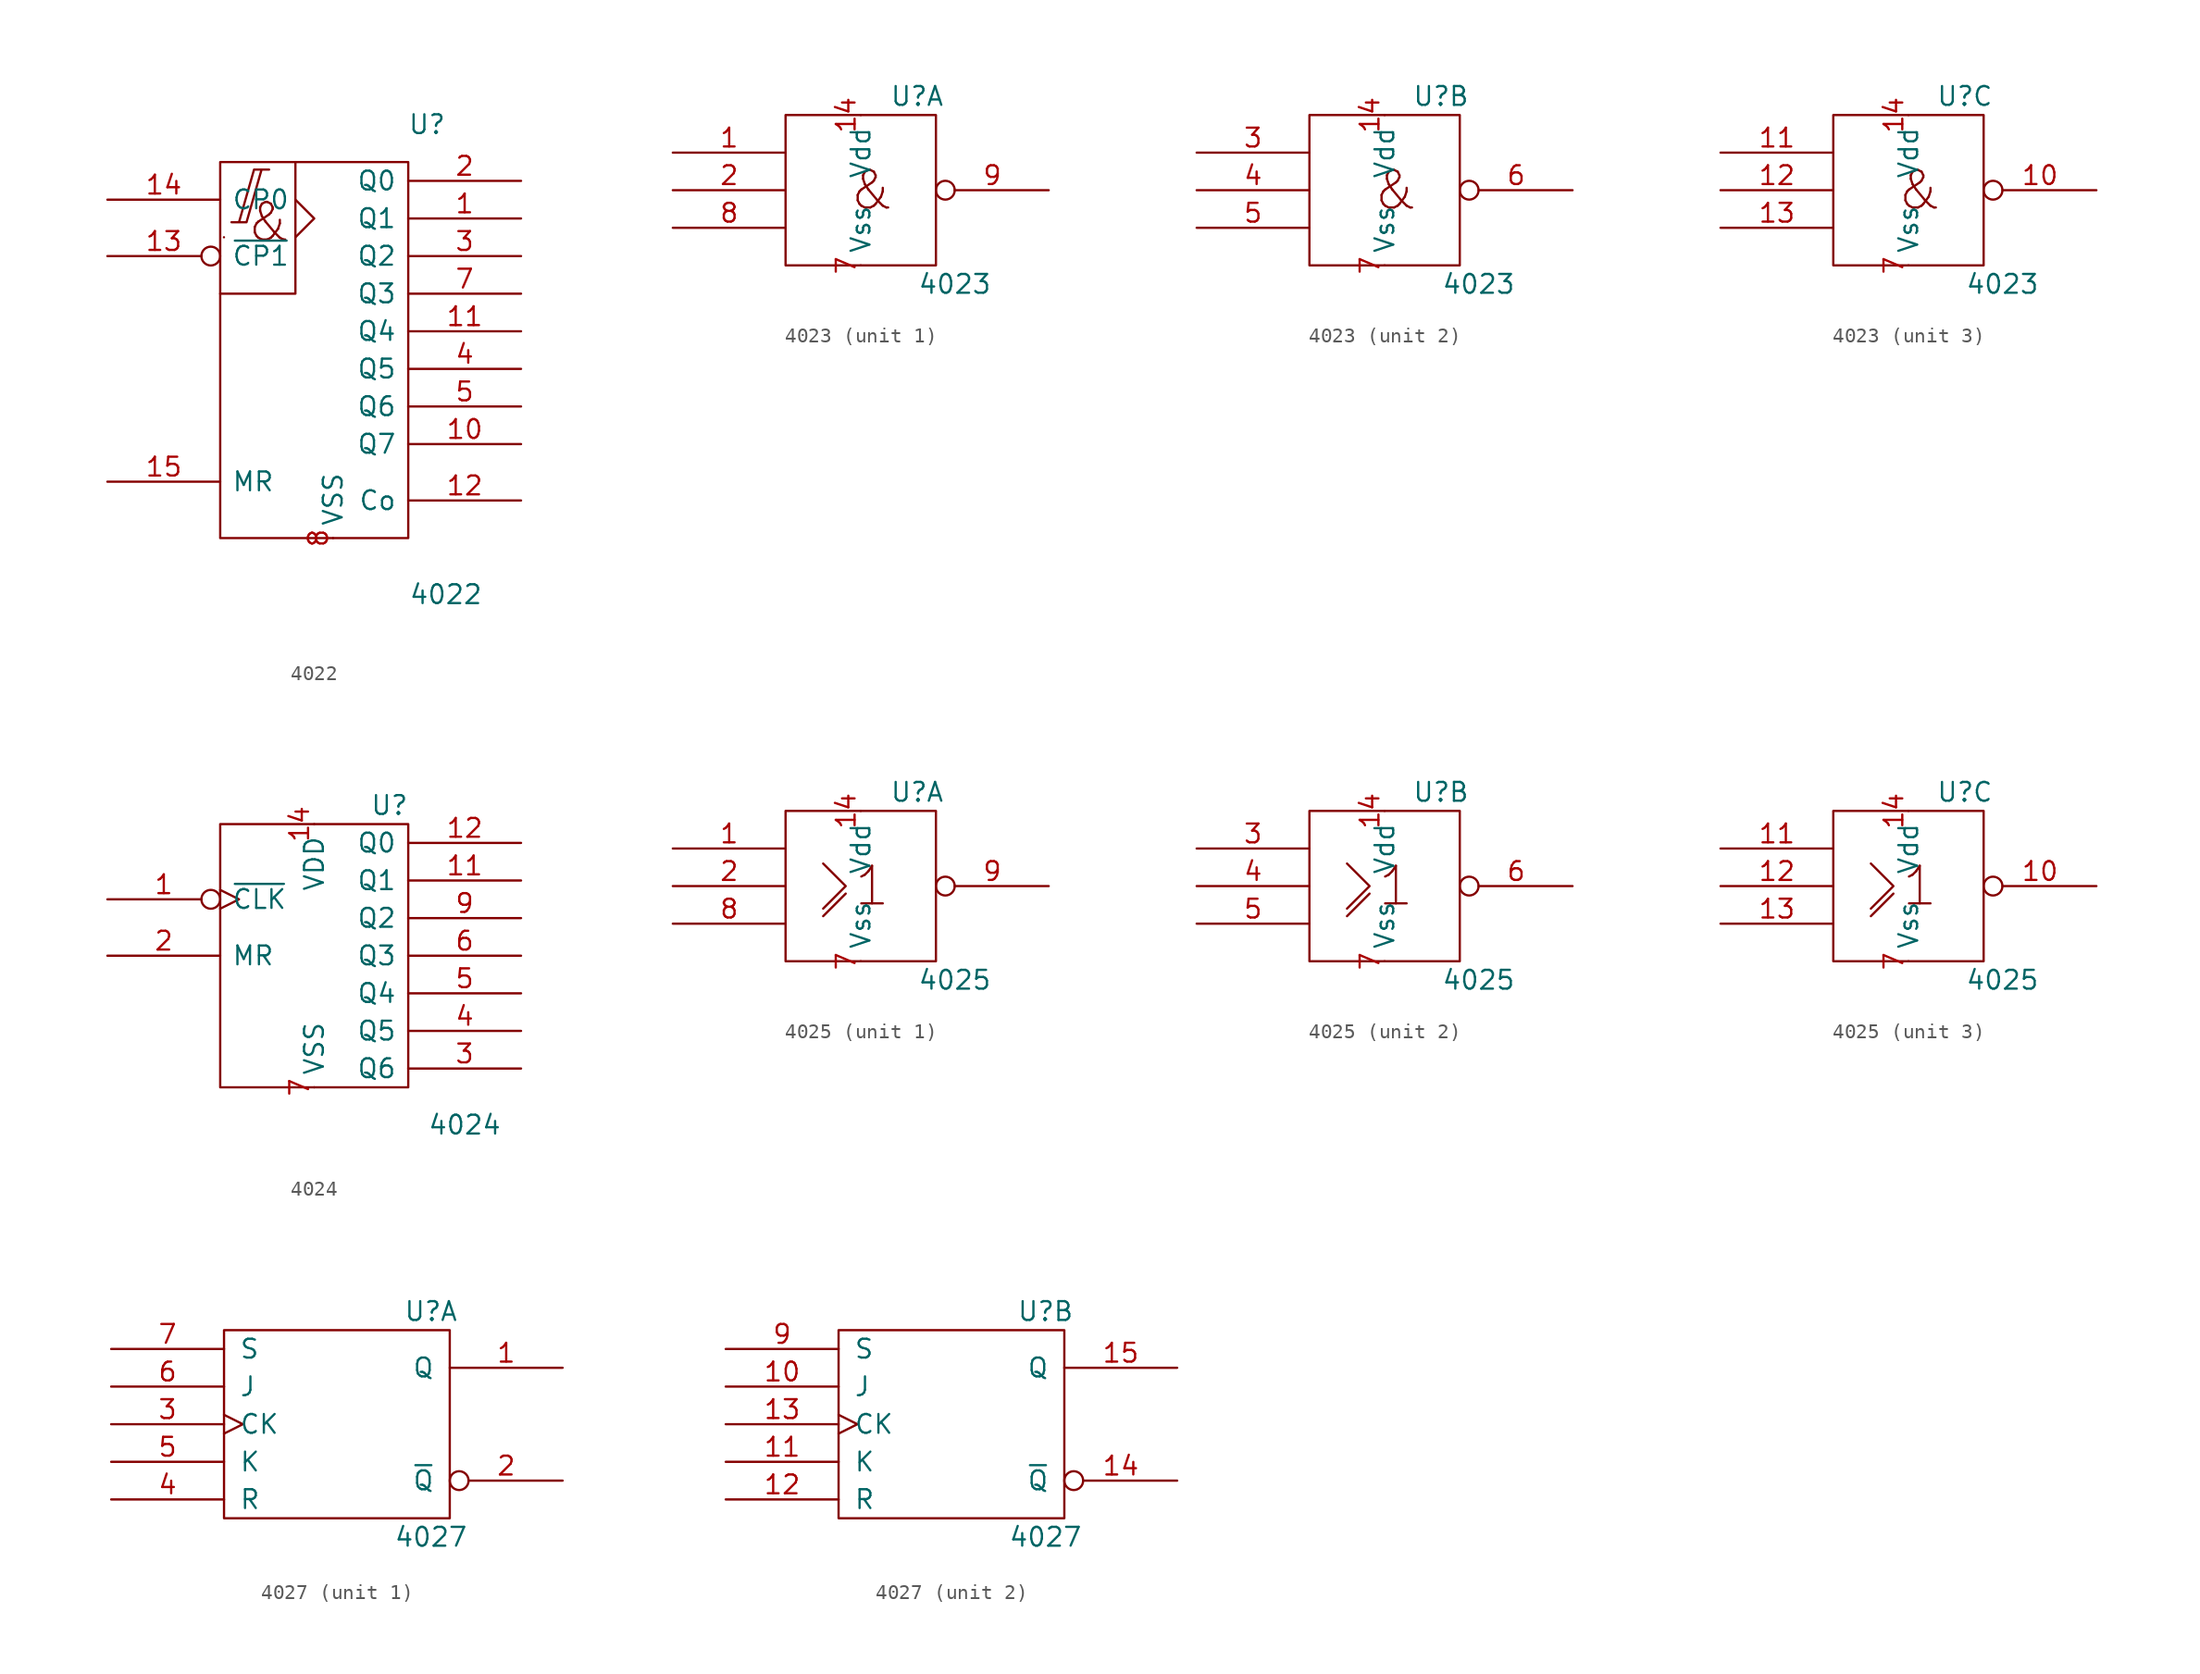
<source format=kicad_sym>
(kicad_symbol_lib
  (version 20201005)
  (generator kicad_symbol_editor)
  (symbol "4xxx_IEEE:4022"
    (pin_names
      (offset 0.762))
    (property "Reference" "U"
      (at 7.62 15.24 0)
      (effects (font (size 1.27 1.27))))
    (property "Value" "4022"
      (at 8.89 -16.51 0)
      (effects (font (size 1.27 1.27))))
    (symbol "4022_0_0"
      (text "&" (at -3.048 8.636 0) (effects (font (size 2.54 2.54))))
      (polyline (pts (xy -6.096 7.62) (xy -6.096 7.62) (xy -6.096 7.62) (xy -6.096 7.62)) (stroke (width 0)) (fill (type none)))
      (polyline (pts (xy -1.27 10.16) (xy 0 8.89) (xy -1.27 7.62) (xy -1.27 7.62)) (stroke (width 0)) (fill (type none)))
      (polyline (pts (xy -1.27 12.7) (xy -1.27 3.81) (xy -6.35 3.81) (xy -6.35 3.81)) (stroke (width 0)) (fill (type none)))
      (polyline (pts (xy -5.588 8.636) (xy -4.572 8.636) (xy -3.556 12.192) (xy -3.048 12.192) (xy -4.064 12.192) (xy -5.08 8.636) (xy -5.08 8.636)) (stroke (width 0)) (fill (type none)))
      (pin power_in line (at 1.27 12.7 270) (length 0) hide (name "VDD" (effects (font (size 1.27 1.27)))) (number "16" (effects (font (size 1.27 1.27)))))
      (pin power_in line (at 1.27 -12.7 90) (length 0) (name "VSS" (effects (font (size 1.27 1.27)))) (number "8" (effects (font (size 1.27 1.27))))))
    (symbol "4022_0_1"
      (rectangle (start -6.35 12.7) (end 6.35 -12.7) (stroke (width 0)) (fill (type none))))
    (symbol "4022_1_1"
      (pin output line (at 13.97 8.89 180) (length 7.62) (name "Q1" (effects (font (size 1.27 1.27)))) (number "1" (effects (font (size 1.27 1.27)))))
      (pin output line (at 13.97 -6.35 180) (length 7.62) (name "Q7" (effects (font (size 1.27 1.27)))) (number "10" (effects (font (size 1.27 1.27)))))
      (pin output line (at 13.97 1.27 180) (length 7.62) (name "Q4" (effects (font (size 1.27 1.27)))) (number "11" (effects (font (size 1.27 1.27)))))
      (pin output line (at 13.97 -10.16 180) (length 7.62) (name "Co" (effects (font (size 1.27 1.27)))) (number "12" (effects (font (size 1.27 1.27)))))
      (pin input inverted (at -13.97 6.35 0) (length 7.62) (name "~CP1" (effects (font (size 1.27 1.27)))) (number "13" (effects (font (size 1.27 1.27)))))
      (pin output line (at -13.97 10.16 0) (length 7.62) (name "CP0" (effects (font (size 1.27 1.27)))) (number "14" (effects (font (size 1.27 1.27)))))
      (pin input line (at -13.97 -8.89 0) (length 7.62) (name "MR" (effects (font (size 1.27 1.27)))) (number "15" (effects (font (size 1.27 1.27)))))
      (pin output line (at 13.97 11.43 180) (length 7.62) (name "Q0" (effects (font (size 1.27 1.27)))) (number "2" (effects (font (size 1.27 1.27)))))
      (pin output line (at 13.97 6.35 180) (length 7.62) (name "Q2" (effects (font (size 1.27 1.27)))) (number "3" (effects (font (size 1.27 1.27)))))
      (pin output line (at 13.97 -1.27 180) (length 7.62) (name "Q5" (effects (font (size 1.27 1.27)))) (number "4" (effects (font (size 1.27 1.27)))))
      (pin output line (at 13.97 -3.81 180) (length 7.62) (name "Q6" (effects (font (size 1.27 1.27)))) (number "5" (effects (font (size 1.27 1.27)))))
      (pin output line (at 13.97 3.81 180) (length 7.62) (name "Q3" (effects (font (size 1.27 1.27)))) (number "7" (effects (font (size 1.27 1.27)))))))
  (symbol "4xxx_IEEE:4023"
    (pin_names
      (offset 0.762))
    (property "Reference" "U"
      (at 3.81 6.35 0)
      (effects (font (size 1.27 1.27))))
    (property "Value" "4023"
      (at 6.35 -6.35 0)
      (effects (font (size 1.27 1.27))))
    (symbol "4023_0_0"
      (text "&" (at 0.762 0 0) (effects (font (size 2.54 2.54))))
      (rectangle (start -5.08 5.08) (end 5.08 -5.08) (stroke (width 0)) (fill (type none))))
    (symbol "4023_0_1"
      (pin power_in line (at 0 5.08 270) (length 0) (name "Vdd" (effects (font (size 1.27 1.27)))) (number "14" (effects (font (size 1.27 1.27)))))
      (pin power_in line (at 0 -5.08 90) (length 0) (name "Vss" (effects (font (size 1.27 1.27)))) (number "7" (effects (font (size 1.27 1.27))))))
    (symbol "4023_1_1"
      (pin input line (at -12.7 2.54 0) (length 7.62) (name "~" (effects (font (size 1.27 1.27)))) (number "1" (effects (font (size 1.27 1.27)))))
      (pin input line (at -12.7 0 0) (length 7.62) (name "~" (effects (font (size 1.27 1.27)))) (number "2" (effects (font (size 1.27 1.27)))))
      (pin input line (at -12.7 -2.54 0) (length 7.62) (name "~" (effects (font (size 1.27 1.27)))) (number "8" (effects (font (size 1.27 1.27)))))
      (pin output inverted (at 12.7 0 180) (length 7.62) (name "~" (effects (font (size 1.27 1.27)))) (number "9" (effects (font (size 1.27 1.27))))))
    (symbol "4023_2_1"
      (pin input line (at -12.7 2.54 0) (length 7.62) (name "~" (effects (font (size 1.27 1.27)))) (number "3" (effects (font (size 1.27 1.27)))))
      (pin input line (at -12.7 0 0) (length 7.62) (name "~" (effects (font (size 1.27 1.27)))) (number "4" (effects (font (size 1.27 1.27)))))
      (pin input line (at -12.7 -2.54 0) (length 7.62) (name "~" (effects (font (size 1.27 1.27)))) (number "5" (effects (font (size 1.27 1.27)))))
      (pin output inverted (at 12.7 0 180) (length 7.62) (name "~" (effects (font (size 1.27 1.27)))) (number "6" (effects (font (size 1.27 1.27))))))
    (symbol "4023_3_1"
      (pin output inverted (at 12.7 0 180) (length 7.62) (name "~" (effects (font (size 1.27 1.27)))) (number "10" (effects (font (size 1.27 1.27)))))
      (pin input line (at -12.7 2.54 0) (length 7.62) (name "~" (effects (font (size 1.27 1.27)))) (number "11" (effects (font (size 1.27 1.27)))))
      (pin input line (at -12.7 0 0) (length 7.62) (name "~" (effects (font (size 1.27 1.27)))) (number "12" (effects (font (size 1.27 1.27)))))
      (pin input line (at -12.7 -2.54 0) (length 7.62) (name "~" (effects (font (size 1.27 1.27)))) (number "13" (effects (font (size 1.27 1.27)))))))
  (symbol "4xxx_IEEE:4024"
    (pin_names
      (offset 0.762))
    (property "Reference" "U"
      (at 5.08 11.43 0)
      (effects (font (size 1.27 1.27))))
    (property "Value" "4024"
      (at 10.16 -10.16 0)
      (effects (font (size 1.27 1.27))))
    (symbol "4024_0_0"
      (rectangle (start -6.35 10.16) (end 6.35 -7.62) (stroke (width 0)) (fill (type none)))
      (pin power_in line (at 0 10.16 270) (length 0) (name "VDD" (effects (font (size 1.27 1.27)))) (number "14" (effects (font (size 1.27 1.27)))))
      (pin power_in line (at 0 -7.62 90) (length 0) (name "VSS" (effects (font (size 1.27 1.27)))) (number "7" (effects (font (size 1.27 1.27))))))
    (symbol "4024_1_1"
      (pin input inverted_clock (at -13.97 5.08 0) (length 7.62) (name "~CLK" (effects (font (size 1.27 1.27)))) (number "1" (effects (font (size 1.27 1.27)))))
      (pin output line (at 13.97 6.35 180) (length 7.62) (name "Q1" (effects (font (size 1.27 1.27)))) (number "11" (effects (font (size 1.27 1.27)))))
      (pin output line (at 13.97 8.89 180) (length 7.62) (name "Q0" (effects (font (size 1.27 1.27)))) (number "12" (effects (font (size 1.27 1.27)))))
      (pin input line (at -13.97 1.27 0) (length 7.62) (name "MR" (effects (font (size 1.27 1.27)))) (number "2" (effects (font (size 1.27 1.27)))))
      (pin output line (at 13.97 -6.35 180) (length 7.62) (name "Q6" (effects (font (size 1.27 1.27)))) (number "3" (effects (font (size 1.27 1.27)))))
      (pin output line (at 13.97 -3.81 180) (length 7.62) (name "Q5" (effects (font (size 1.27 1.27)))) (number "4" (effects (font (size 1.27 1.27)))))
      (pin output line (at 13.97 -1.27 180) (length 7.62) (name "Q4" (effects (font (size 1.27 1.27)))) (number "5" (effects (font (size 1.27 1.27)))))
      (pin output line (at 13.97 1.27 180) (length 7.62) (name "Q3" (effects (font (size 1.27 1.27)))) (number "6" (effects (font (size 1.27 1.27)))))
      (pin output line (at 13.97 3.81 180) (length 7.62) (name "Q2" (effects (font (size 1.27 1.27)))) (number "9" (effects (font (size 1.27 1.27)))))))
  (symbol "4xxx_IEEE:4025"
    (pin_names
      (offset 0.762))
    (property "Reference" "U"
      (at 3.81 6.35 0)
      (effects (font (size 1.27 1.27))))
    (property "Value" "4025"
      (at 6.35 -6.35 0)
      (effects (font (size 1.27 1.27))))
    (symbol "4025_0_0"
      (text "1" (at 0.762 0 0) (effects (font (size 2.54 2.54))))
      (rectangle (start -5.08 5.08) (end 5.08 -5.08) (stroke (width 0)) (fill (type none)))
      (polyline (pts (xy -2.54 -2.032) (xy -1.016 -0.508) (xy -1.016 -0.508)) (stroke (width 0)) (fill (type none)))
      (polyline (pts (xy -2.54 1.524) (xy -1.016 0) (xy -2.54 -1.524) (xy -2.54 -1.524)) (stroke (width 0)) (fill (type none)))
      (pin power_in line (at 0 5.08 270) (length 0) (name "Vdd" (effects (font (size 1.27 1.27)))) (number "14" (effects (font (size 1.27 1.27)))))
      (pin power_in line (at 0 -5.08 90) (length 0) (name "Vss" (effects (font (size 1.27 1.27)))) (number "7" (effects (font (size 1.27 1.27))))))
    (symbol "4025_1_1"
      (pin input line (at -12.7 2.54 0) (length 7.62) (name "~" (effects (font (size 1.27 1.27)))) (number "1" (effects (font (size 1.27 1.27)))))
      (pin input line (at -12.7 0 0) (length 7.62) (name "~" (effects (font (size 1.27 1.27)))) (number "2" (effects (font (size 1.27 1.27)))))
      (pin input line (at -12.7 -2.54 0) (length 7.62) (name "~" (effects (font (size 1.27 1.27)))) (number "8" (effects (font (size 1.27 1.27)))))
      (pin output inverted (at 12.7 0 180) (length 7.62) (name "~" (effects (font (size 1.27 1.27)))) (number "9" (effects (font (size 1.27 1.27))))))
    (symbol "4025_2_1"
      (pin input line (at -12.7 2.54 0) (length 7.62) (name "~" (effects (font (size 1.27 1.27)))) (number "3" (effects (font (size 1.27 1.27)))))
      (pin input line (at -12.7 0 0) (length 7.62) (name "~" (effects (font (size 1.27 1.27)))) (number "4" (effects (font (size 1.27 1.27)))))
      (pin input line (at -12.7 -2.54 0) (length 7.62) (name "~" (effects (font (size 1.27 1.27)))) (number "5" (effects (font (size 1.27 1.27)))))
      (pin output inverted (at 12.7 0 180) (length 7.62) (name "~" (effects (font (size 1.27 1.27)))) (number "6" (effects (font (size 1.27 1.27))))))
    (symbol "4025_3_1"
      (pin output inverted (at 12.7 0 180) (length 7.62) (name "~" (effects (font (size 1.27 1.27)))) (number "10" (effects (font (size 1.27 1.27)))))
      (pin input line (at -12.7 2.54 0) (length 7.62) (name "~" (effects (font (size 1.27 1.27)))) (number "11" (effects (font (size 1.27 1.27)))))
      (pin input line (at -12.7 0 0) (length 7.62) (name "~" (effects (font (size 1.27 1.27)))) (number "12" (effects (font (size 1.27 1.27)))))
      (pin input line (at -12.7 -2.54 0) (length 7.62) (name "~" (effects (font (size 1.27 1.27)))) (number "13" (effects (font (size 1.27 1.27)))))))
  (symbol "4xxx_IEEE:4027"
    (pin_names
      (offset 1.016))
    (property "Reference" "U"
      (at 6.35 7.62 0)
      (effects (font (size 1.27 1.27))))
    (property "Value" "4027"
      (at 6.35 -7.62 0)
      (effects (font (size 1.27 1.27))))
    (symbol "4027_0_0"
      (pin power_in line (at 0 6.35 270) (length 0) hide (name "VDD" (effects (font (size 0.762 0.762)))) (number "16" (effects (font (size 1.27 1.27)))))
      (pin power_in line (at 0 -6.35 90) (length 0) hide (name "VDD" (effects (font (size 0.762 0.762)))) (number "8" (effects (font (size 1.27 1.27))))))
    (symbol "4027_0_1"
      (rectangle (start -7.62 6.35) (end 7.62 -6.35) (stroke (width 0)) (fill (type none))))
    (symbol "4027_1_1"
      (pin output line (at 15.24 3.81 180) (length 7.62) (name "Q" (effects (font (size 1.27 1.27)))) (number "1" (effects (font (size 1.27 1.27)))))
      (pin output inverted (at 15.24 -3.81 180) (length 7.62) (name "~Q" (effects (font (size 1.27 1.27)))) (number "2" (effects (font (size 1.27 1.27)))))
      (pin input clock (at -15.24 0 0) (length 7.62) (name "CK" (effects (font (size 1.27 1.27)))) (number "3" (effects (font (size 1.27 1.27)))))
      (pin input line (at -15.24 -5.08 0) (length 7.62) (name "R" (effects (font (size 1.27 1.27)))) (number "4" (effects (font (size 1.27 1.27)))))
      (pin input line (at -15.24 -2.54 0) (length 7.62) (name "K" (effects (font (size 1.27 1.27)))) (number "5" (effects (font (size 1.27 1.27)))))
      (pin input line (at -15.24 2.54 0) (length 7.62) (name "J" (effects (font (size 1.27 1.27)))) (number "6" (effects (font (size 1.27 1.27)))))
      (pin input line (at -15.24 5.08 0) (length 7.62) (name "S" (effects (font (size 1.27 1.27)))) (number "7" (effects (font (size 1.27 1.27))))))
    (symbol "4027_2_1"
      (pin input line (at -15.24 2.54 0) (length 7.62) (name "J" (effects (font (size 1.27 1.27)))) (number "10" (effects (font (size 1.27 1.27)))))
      (pin input line (at -15.24 -2.54 0) (length 7.62) (name "K" (effects (font (size 1.27 1.27)))) (number "11" (effects (font (size 1.27 1.27)))))
      (pin input line (at -15.24 -5.08 0) (length 7.62) (name "R" (effects (font (size 1.27 1.27)))) (number "12" (effects (font (size 1.27 1.27)))))
      (pin input clock (at -15.24 0 0) (length 7.62) (name "CK" (effects (font (size 1.27 1.27)))) (number "13" (effects (font (size 1.27 1.27)))))
      (pin output inverted (at 15.24 -3.81 180) (length 7.62) (name "~Q" (effects (font (size 1.27 1.27)))) (number "14" (effects (font (size 1.27 1.27)))))
      (pin output line (at 15.24 3.81 180) (length 7.62) (name "Q" (effects (font (size 1.27 1.27)))) (number "15" (effects (font (size 1.27 1.27)))))
      (pin input line (at -15.24 5.08 0) (length 7.62) (name "S" (effects (font (size 1.27 1.27)))) (number "9" (effects (font (size 1.27 1.27))))))))
</source>
